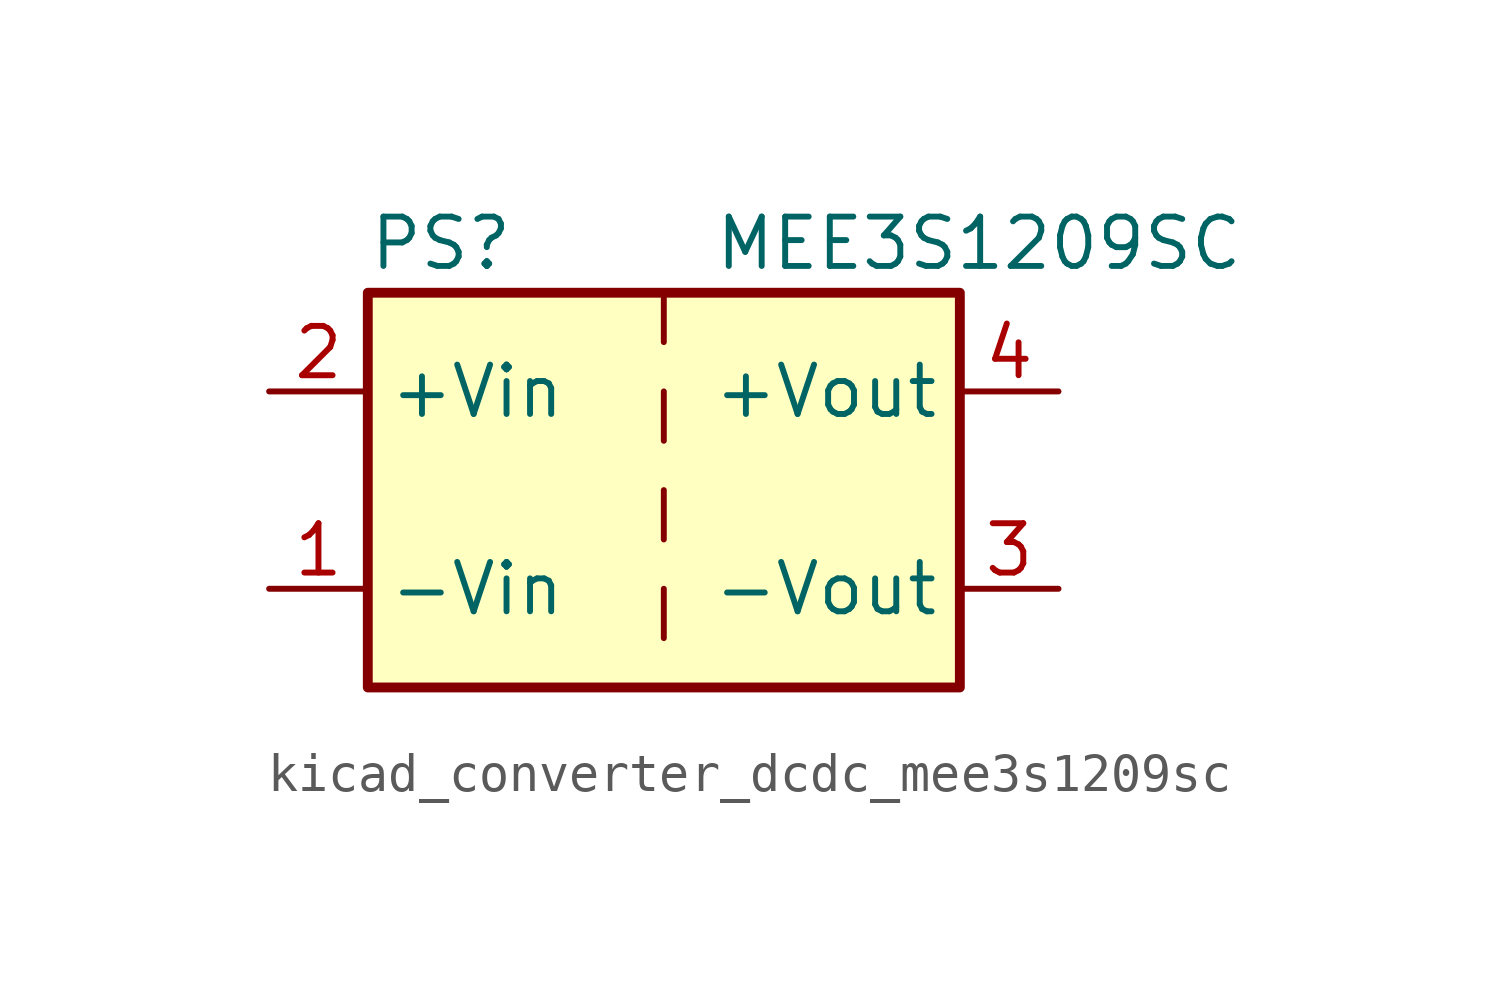
<source format=kicad_sym>
(kicad_symbol_lib
  (version 20220914)
  (generator kicad_symbol_editor)
  (symbol "kicad_converter_dcdc_mee3s1209sc"
    (property "Reference" "PS"
      (at -7.62 6.35 0)
      (effects (font (size 1.27 1.27)) (justify left)))
    (property "Value" "MEE3S1209SC"
      (at 1.27 6.35 0)
      (effects (font (size 1.27 1.27)) (justify left)))
    (symbol "kicad_converter_dcdc_mee3s1209sc_0_0"
      (pin power_in line (at -10.16 -2.54 0) (length 2.54) (name "-Vin" (effects (font (size 1.27 1.27)))) (number "1" (effects (font (size 1.27 1.27)))))
      (pin power_in line (at -10.16 2.54 0) (length 2.54) (name "+Vin" (effects (font (size 1.27 1.27)))) (number "2" (effects (font (size 1.27 1.27)))))
      (pin power_out line (at 10.16 -2.54 180) (length 2.54) (name "-Vout" (effects (font (size 1.27 1.27)))) (number "3" (effects (font (size 1.27 1.27)))))
      (pin power_out line (at 10.16 2.54 180) (length 2.54) (name "+Vout" (effects (font (size 1.27 1.27)))) (number "4" (effects (font (size 1.27 1.27))))))
    (symbol "kicad_converter_dcdc_mee3s1209sc_0_1"
      (rectangle (start -7.62 5.08) (end 7.62 -5.08) (stroke (width 0.254) (type default)) (fill (type background)))
      (polyline (pts (xy 0 -2.54) (xy 0 -3.81)) (stroke (width 0) (type default)) (fill (type none)))
      (polyline (pts (xy 0 0) (xy 0 -1.27)) (stroke (width 0) (type default)) (fill (type none)))
      (polyline (pts (xy 0 2.54) (xy 0 1.27)) (stroke (width 0) (type default)) (fill (type none)))
      (polyline (pts (xy 0 5.08) (xy 0 3.81)) (stroke (width 0) (type default)) (fill (type none))))))
</source>
